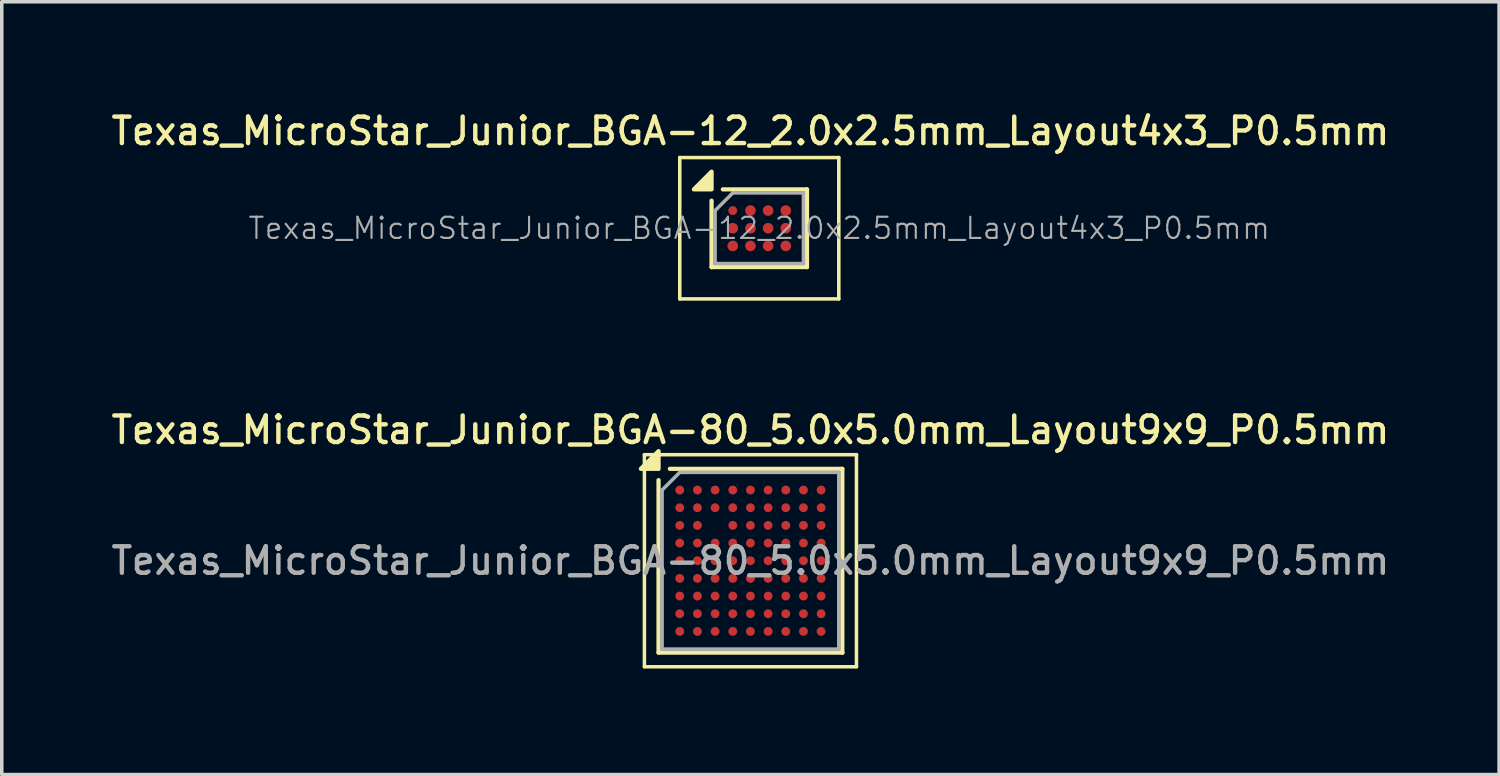
<source format=kicad_pcb>
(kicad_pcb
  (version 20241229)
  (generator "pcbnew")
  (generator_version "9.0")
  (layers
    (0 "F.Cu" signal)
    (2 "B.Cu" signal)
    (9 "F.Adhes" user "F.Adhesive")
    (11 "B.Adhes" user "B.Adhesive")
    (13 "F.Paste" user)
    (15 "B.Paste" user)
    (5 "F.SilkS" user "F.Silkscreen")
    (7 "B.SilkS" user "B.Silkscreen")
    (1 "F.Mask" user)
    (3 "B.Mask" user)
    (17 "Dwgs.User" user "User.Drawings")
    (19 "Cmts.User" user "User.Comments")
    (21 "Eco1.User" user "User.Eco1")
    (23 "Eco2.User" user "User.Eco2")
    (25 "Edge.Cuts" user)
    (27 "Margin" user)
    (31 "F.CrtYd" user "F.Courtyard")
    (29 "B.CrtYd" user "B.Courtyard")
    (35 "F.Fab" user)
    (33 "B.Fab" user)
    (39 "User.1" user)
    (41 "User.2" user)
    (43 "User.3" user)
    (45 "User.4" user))
  (footprint "Texas_MicroStar_Junior_BGA-80_5.0x5.0mm_Layout9x9_P0.5mm"
    (layer "F.Cu")
    (at 18.184 12.816)
    (property "Reference" "Texas_MicroStar_Junior_BGA-80_5.0x5.0mm_Layout9x9_P0.5mm" (at 0 -3.7 0) (layer "F.SilkS") (effects (font (size 0.75 0.75) (thickness 0.125))))
    (attr smd)
    (fp_line (start -3 -3) (end 3 -3) (stroke (width 0.1) (type solid)) (layer "F.SilkS"))
    (fp_line (start -3 3) (end -3 -3) (stroke (width 0.1) (type solid)) (layer "F.SilkS"))
    (fp_line (start -2.6 2.6) (end -2.6 -2.28) (stroke (width 0.12) (type solid)) (layer "F.SilkS"))
    (fp_line (start -2.28 -2.6) (end 2.6 -2.6) (stroke (width 0.12) (type solid)) (layer "F.SilkS"))
    (fp_line (start 2.6 -2.6) (end 2.6 2.6) (stroke (width 0.12) (type solid)) (layer "F.SilkS"))
    (fp_line (start 2.6 2.6) (end -2.6 2.6) (stroke (width 0.12) (type solid)) (layer "F.SilkS"))
    (fp_line (start 2.6 2.6) (end 2.6 2.6) (stroke (width 0.12) (type solid)) (layer "F.SilkS"))
    (fp_line (start 3 -3) (end 3 3) (stroke (width 0.1) (type solid)) (layer "F.SilkS"))
    (fp_line (start 3 3) (end -3 3) (stroke (width 0.1) (type solid)) (layer "F.SilkS"))
    (fp_poly (pts (xy -2.6 -2.6) (xy -3.1 -2.6) (xy -2.6 -3.1) (xy -2.6 -2.6)) (stroke (width 0.12) (type solid)) (fill yes) (layer "F.SilkS"))
    (fp_line (start -2.5 2.5) (end -2.5 -2) (stroke (width 0.1) (type solid)) (layer "F.Fab"))
    (fp_line (start -2 -2.5) (end -2.5 -2) (stroke (width 0.1) (type solid)) (layer "F.Fab"))
    (fp_line (start -2 -2.5) (end 2.5 -2.5) (stroke (width 0.1) (type solid)) (layer "F.Fab"))
    (fp_line (start 2.5 -2.5) (end 2.5 2.5) (stroke (width 0.1) (type solid)) (layer "F.Fab"))
    (fp_line (start 2.5 2.5) (end -2.5 2.5) (stroke (width 0.1) (type solid)) (layer "F.Fab"))
    (fp_text user "${REFERENCE}" (at 0 0 0) (layer "F.Fab") (effects (font (size 0.75 0.75) (thickness 0.125))))
    (pad "A1" smd circle (at -2 -2) (size 0.25 0.25) (property pad_prop_bga) (layers "F.Cu" "F.Mask" "F.Paste"))
    (pad "A2" smd circle (at -1.5 -2) (size 0.25 0.25) (property pad_prop_bga) (layers "F.Cu" "F.Mask" "F.Paste"))
    (pad "A3" smd circle (at -1 -2) (size 0.25 0.25) (property pad_prop_bga) (layers "F.Cu" "F.Mask" "F.Paste"))
    (pad "A4" smd circle (at -0.5 -2) (size 0.25 0.25) (property pad_prop_bga) (layers "F.Cu" "F.Mask" "F.Paste"))
    (pad "A5" smd circle (at 0 -2) (size 0.25 0.25) (property pad_prop_bga) (layers "F.Cu" "F.Mask" "F.Paste"))
    (pad "A6" smd circle (at 0.5 -2) (size 0.25 0.25) (property pad_prop_bga) (layers "F.Cu" "F.Mask" "F.Paste"))
    (pad "A7" smd circle (at 1 -2) (size 0.25 0.25) (property pad_prop_bga) (layers "F.Cu" "F.Mask" "F.Paste"))
    (pad "A8" smd circle (at 1.5 -2) (size 0.25 0.25) (property pad_prop_bga) (layers "F.Cu" "F.Mask" "F.Paste"))
    (pad "A9" smd circle (at 2 -2) (size 0.25 0.25) (property pad_prop_bga) (layers "F.Cu" "F.Mask" "F.Paste"))
    (pad "B1" smd circle (at -2 -1.5) (size 0.25 0.25) (property pad_prop_bga) (layers "F.Cu" "F.Mask" "F.Paste"))
    (pad "B2" smd circle (at -1.5 -1.5) (size 0.25 0.25) (property pad_prop_bga) (layers "F.Cu" "F.Mask" "F.Paste"))
    (pad "B3" smd circle (at -1 -1.5) (size 0.25 0.25) (property pad_prop_bga) (layers "F.Cu" "F.Mask" "F.Paste"))
    (pad "B4" smd circle (at -0.5 -1.5) (size 0.25 0.25) (property pad_prop_bga) (layers "F.Cu" "F.Mask" "F.Paste"))
    (pad "B5" smd circle (at 0 -1.5) (size 0.25 0.25) (property pad_prop_bga) (layers "F.Cu" "F.Mask" "F.Paste"))
    (pad "B6" smd circle (at 0.5 -1.5) (size 0.25 0.25) (property pad_prop_bga) (layers "F.Cu" "F.Mask" "F.Paste"))
    (pad "B7" smd circle (at 1 -1.5) (size 0.25 0.25) (property pad_prop_bga) (layers "F.Cu" "F.Mask" "F.Paste"))
    (pad "B8" smd circle (at 1.5 -1.5) (size 0.25 0.25) (property pad_prop_bga) (layers "F.Cu" "F.Mask" "F.Paste"))
    (pad "B9" smd circle (at 2 -1.5) (size 0.25 0.25) (property pad_prop_bga) (layers "F.Cu" "F.Mask" "F.Paste"))
    (pad "C1" smd circle (at -2 -1) (size 0.25 0.25) (property pad_prop_bga) (layers "F.Cu" "F.Mask" "F.Paste"))
    (pad "C2" smd circle (at -1.5 -1) (size 0.25 0.25) (property pad_prop_bga) (layers "F.Cu" "F.Mask" "F.Paste"))
    (pad "C4" smd circle (at -0.5 -1) (size 0.25 0.25) (property pad_prop_bga) (layers "F.Cu" "F.Mask" "F.Paste"))
    (pad "C5" smd circle (at 0 -1) (size 0.25 0.25) (property pad_prop_bga) (layers "F.Cu" "F.Mask" "F.Paste"))
    (pad "C6" smd circle (at 0.5 -1) (size 0.25 0.25) (property pad_prop_bga) (layers "F.Cu" "F.Mask" "F.Paste"))
    (pad "C7" smd circle (at 1 -1) (size 0.25 0.25) (property pad_prop_bga) (layers "F.Cu" "F.Mask" "F.Paste"))
    (pad "C8" smd circle (at 1.5 -1) (size 0.25 0.25) (property pad_prop_bga) (layers "F.Cu" "F.Mask" "F.Paste"))
    (pad "C9" smd circle (at 2 -1) (size 0.25 0.25) (property pad_prop_bga) (layers "F.Cu" "F.Mask" "F.Paste"))
    (pad "D1" smd circle (at -2 -0.5) (size 0.25 0.25) (property pad_prop_bga) (layers "F.Cu" "F.Mask" "F.Paste"))
    (pad "D2" smd circle (at -1.5 -0.5) (size 0.25 0.25) (property pad_prop_bga) (layers "F.Cu" "F.Mask" "F.Paste"))
    (pad "D3" smd circle (at -1 -0.5) (size 0.25 0.25) (property pad_prop_bga) (layers "F.Cu" "F.Mask" "F.Paste"))
    (pad "D4" smd circle (at -0.5 -0.5) (size 0.25 0.25) (property pad_prop_bga) (layers "F.Cu" "F.Mask" "F.Paste"))
    (pad "D5" smd circle (at 0 -0.5) (size 0.25 0.25) (property pad_prop_bga) (layers "F.Cu" "F.Mask" "F.Paste"))
    (pad "D6" smd circle (at 0.5 -0.5) (size 0.25 0.25) (property pad_prop_bga) (layers "F.Cu" "F.Mask" "F.Paste"))
    (pad "D7" smd circle (at 1 -0.5) (size 0.25 0.25) (property pad_prop_bga) (layers "F.Cu" "F.Mask" "F.Paste"))
    (pad "D8" smd circle (at 1.5 -0.5) (size 0.25 0.25) (property pad_prop_bga) (layers "F.Cu" "F.Mask" "F.Paste"))
    (pad "D9" smd circle (at 2 -0.5) (size 0.25 0.25) (property pad_prop_bga) (layers "F.Cu" "F.Mask" "F.Paste"))
    (pad "E1" smd circle (at -2 0) (size 0.25 0.25) (property pad_prop_bga) (layers "F.Cu" "F.Mask" "F.Paste"))
    (pad "E2" smd circle (at -1.5 0) (size 0.25 0.25) (property pad_prop_bga) (layers "F.Cu" "F.Mask" "F.Paste"))
    (pad "E3" smd circle (at -1 0) (size 0.25 0.25) (property pad_prop_bga) (layers "F.Cu" "F.Mask" "F.Paste"))
    (pad "E4" smd circle (at -0.5 0) (size 0.25 0.25) (property pad_prop_bga) (layers "F.Cu" "F.Mask" "F.Paste"))
    (pad "E5" smd circle (at 0 0) (size 0.25 0.25) (property pad_prop_bga) (layers "F.Cu" "F.Mask" "F.Paste"))
    (pad "E6" smd circle (at 0.5 0) (size 0.25 0.25) (property pad_prop_bga) (layers "F.Cu" "F.Mask" "F.Paste"))
    (pad "E7" smd circle (at 1 0) (size 0.25 0.25) (property pad_prop_bga) (layers "F.Cu" "F.Mask" "F.Paste"))
    (pad "E8" smd circle (at 1.5 0) (size 0.25 0.25) (property pad_prop_bga) (layers "F.Cu" "F.Mask" "F.Paste"))
    (pad "E9" smd circle (at 2 0) (size 0.25 0.25) (property pad_prop_bga) (layers "F.Cu" "F.Mask" "F.Paste"))
    (pad "F1" smd circle (at -2 0.5) (size 0.25 0.25) (property pad_prop_bga) (layers "F.Cu" "F.Mask" "F.Paste"))
    (pad "F2" smd circle (at -1.5 0.5) (size 0.25 0.25) (property pad_prop_bga) (layers "F.Cu" "F.Mask" "F.Paste"))
    (pad "F3" smd circle (at -1 0.5) (size 0.25 0.25) (property pad_prop_bga) (layers "F.Cu" "F.Mask" "F.Paste"))
    (pad "F4" smd circle (at -0.5 0.5) (size 0.25 0.25) (property pad_prop_bga) (layers "F.Cu" "F.Mask" "F.Paste"))
    (pad "F5" smd circle (at 0 0.5) (size 0.25 0.25) (property pad_prop_bga) (layers "F.Cu" "F.Mask" "F.Paste"))
    (pad "F6" smd circle (at 0.5 0.5) (size 0.25 0.25) (property pad_prop_bga) (layers "F.Cu" "F.Mask" "F.Paste"))
    (pad "F7" smd circle (at 1 0.5) (size 0.25 0.25) (property pad_prop_bga) (layers "F.Cu" "F.Mask" "F.Paste"))
    (pad "F8" smd circle (at 1.5 0.5) (size 0.25 0.25) (property pad_prop_bga) (layers "F.Cu" "F.Mask" "F.Paste"))
    (pad "F9" smd circle (at 2 0.5) (size 0.25 0.25) (property pad_prop_bga) (layers "F.Cu" "F.Mask" "F.Paste"))
    (pad "G1" smd circle (at -2 1) (size 0.25 0.25) (property pad_prop_bga) (layers "F.Cu" "F.Mask" "F.Paste"))
    (pad "G2" smd circle (at -1.5 1) (size 0.25 0.25) (property pad_prop_bga) (layers "F.Cu" "F.Mask" "F.Paste"))
    (pad "G3" smd circle (at -1 1) (size 0.25 0.25) (property pad_prop_bga) (layers "F.Cu" "F.Mask" "F.Paste"))
    (pad "G4" smd circle (at -0.5 1) (size 0.25 0.25) (property pad_prop_bga) (layers "F.Cu" "F.Mask" "F.Paste"))
    (pad "G5" smd circle (at 0 1) (size 0.25 0.25) (property pad_prop_bga) (layers "F.Cu" "F.Mask" "F.Paste"))
    (pad "G6" smd circle (at 0.5 1) (size 0.25 0.25) (property pad_prop_bga) (layers "F.Cu" "F.Mask" "F.Paste"))
    (pad "G7" smd circle (at 1 1) (size 0.25 0.25) (property pad_prop_bga) (layers "F.Cu" "F.Mask" "F.Paste"))
    (pad "G8" smd circle (at 1.5 1) (size 0.25 0.25) (property pad_prop_bga) (layers "F.Cu" "F.Mask" "F.Paste"))
    (pad "G9" smd circle (at 2 1) (size 0.25 0.25) (property pad_prop_bga) (layers "F.Cu" "F.Mask" "F.Paste"))
    (pad "H1" smd circle (at -2 1.5) (size 0.25 0.25) (property pad_prop_bga) (layers "F.Cu" "F.Mask" "F.Paste"))
    (pad "H2" smd circle (at -1.5 1.5) (size 0.25 0.25) (property pad_prop_bga) (layers "F.Cu" "F.Mask" "F.Paste"))
    (pad "H3" smd circle (at -1 1.5) (size 0.25 0.25) (property pad_prop_bga) (layers "F.Cu" "F.Mask" "F.Paste"))
    (pad "H4" smd circle (at -0.5 1.5) (size 0.25 0.25) (property pad_prop_bga) (layers "F.Cu" "F.Mask" "F.Paste"))
    (pad "H5" smd circle (at 0 1.5) (size 0.25 0.25) (property pad_prop_bga) (layers "F.Cu" "F.Mask" "F.Paste"))
    (pad "H6" smd circle (at 0.5 1.5) (size 0.25 0.25) (property pad_prop_bga) (layers "F.Cu" "F.Mask" "F.Paste"))
    (pad "H7" smd circle (at 1 1.5) (size 0.25 0.25) (property pad_prop_bga) (layers "F.Cu" "F.Mask" "F.Paste"))
    (pad "H8" smd circle (at 1.5 1.5) (size 0.25 0.25) (property pad_prop_bga) (layers "F.Cu" "F.Mask" "F.Paste"))
    (pad "H9" smd circle (at 2 1.5) (size 0.25 0.25) (property pad_prop_bga) (layers "F.Cu" "F.Mask" "F.Paste"))
    (pad "J1" smd circle (at -2 2) (size 0.25 0.25) (property pad_prop_bga) (layers "F.Cu" "F.Mask" "F.Paste"))
    (pad "J2" smd circle (at -1.5 2) (size 0.25 0.25) (property pad_prop_bga) (layers "F.Cu" "F.Mask" "F.Paste"))
    (pad "J3" smd circle (at -1 2) (size 0.25 0.25) (property pad_prop_bga) (layers "F.Cu" "F.Mask" "F.Paste"))
    (pad "J4" smd circle (at -0.5 2) (size 0.25 0.25) (property pad_prop_bga) (layers "F.Cu" "F.Mask" "F.Paste"))
    (pad "J5" smd circle (at 0 2) (size 0.25 0.25) (property pad_prop_bga) (layers "F.Cu" "F.Mask" "F.Paste"))
    (pad "J6" smd circle (at 0.5 2) (size 0.25 0.25) (property pad_prop_bga) (layers "F.Cu" "F.Mask" "F.Paste"))
    (pad "J7" smd circle (at 1 2) (size 0.25 0.25) (property pad_prop_bga) (layers "F.Cu" "F.Mask" "F.Paste"))
    (pad "J8" smd circle (at 1.5 2) (size 0.25 0.25) (property pad_prop_bga) (layers "F.Cu" "F.Mask" "F.Paste"))
    (pad "J9" smd circle (at 2 2) (size 0.25 0.25) (property pad_prop_bga) (layers "F.Cu" "F.Mask" "F.Paste")))
  (footprint "Texas_MicroStar_Junior_BGA-12_2.0x2.5mm_Layout4x3_P0.5mm"
    (layer "F.Cu")
    (at 18.434 3.408)
    (property "Reference" "Texas_MicroStar_Junior_BGA-12_2.0x2.5mm_Layout4x3_P0.5mm" (at -0.25 -2.75 0) (layer "F.SilkS") (effects (font (size 0.75 0.75) (thickness 0.125))))
    (attr smd)
    (fp_line (start -2.25 -2) (end 2.25 -2) (stroke (width 0.1) (type solid)) (layer "F.SilkS"))
    (fp_line (start -2.25 2) (end -2.25 -2) (stroke (width 0.1) (type solid)) (layer "F.SilkS"))
    (fp_line (start -1.35 1.1) (end -1.35 -0.78) (stroke (width 0.12) (type solid)) (layer "F.SilkS"))
    (fp_line (start -1.35 1.1) (end 1.35 1.1) (stroke (width 0.12) (type solid)) (layer "F.SilkS"))
    (fp_line (start -1.03 -1.1) (end 1.35 -1.1) (stroke (width 0.12) (type solid)) (layer "F.SilkS"))
    (fp_line (start 1.35 -1.1) (end 1.35 1.1) (stroke (width 0.12) (type solid)) (layer "F.SilkS"))
    (fp_line (start 2.25 -2) (end 2.25 2) (stroke (width 0.1) (type solid)) (layer "F.SilkS"))
    (fp_line (start 2.25 2) (end -2.25 2) (stroke (width 0.1) (type solid)) (layer "F.SilkS"))
    (fp_poly (pts (xy -1.35 -1.1) (xy -1.85 -1.1) (xy -1.35 -1.6) (xy -1.35 -1.1)) (stroke (width 0.12) (type solid)) (fill yes) (layer "F.SilkS"))
    (fp_line (start -1.25 1) (end -1.25 -0.5) (stroke (width 0.1) (type solid)) (layer "F.Fab"))
    (fp_line (start -0.75 -1) (end -1.25 -0.5) (stroke (width 0.1) (type solid)) (layer "F.Fab"))
    (fp_line (start -0.75 -1) (end 1.25 -1) (stroke (width 0.1) (type solid)) (layer "F.Fab"))
    (fp_line (start 1.25 -1) (end 1.25 1) (stroke (width 0.1) (type solid)) (layer "F.Fab"))
    (fp_line (start 1.25 1) (end -1.25 1) (stroke (width 0.1) (type solid)) (layer "F.Fab"))
    (fp_text user "${REFERENCE}" (at 0 0 0) (layer "F.Fab") (effects (font (size 0.6 0.6) (thickness 0.06))))
    (pad "A1" smd circle (at -0.75 -0.5) (size 0.25 0.25) (property pad_prop_bga) (layers "F.Cu" "F.Mask" "F.Paste"))
    (pad "A2" smd circle (at -0.25 -0.5) (size 0.3 0.3) (property pad_prop_bga) (layers "F.Cu" "F.Mask" "F.Paste"))
    (pad "A3" smd circle (at 0.25 -0.5) (size 0.3 0.3) (property pad_prop_bga) (layers "F.Cu" "F.Mask" "F.Paste"))
    (pad "A4" smd circle (at 0.75 -0.5) (size 0.3 0.3) (property pad_prop_bga) (layers "F.Cu" "F.Mask" "F.Paste"))
    (pad "B1" smd circle (at -0.75 0) (size 0.3 0.3) (property pad_prop_bga) (layers "F.Cu" "F.Mask" "F.Paste"))
    (pad "B2" smd circle (at -0.25 0) (size 0.3 0.3) (property pad_prop_bga) (layers "F.Cu" "F.Mask" "F.Paste"))
    (pad "B3" smd circle (at 0.25 0) (size 0.3 0.3) (property pad_prop_bga) (layers "F.Cu" "F.Mask" "F.Paste"))
    (pad "B4" smd circle (at 0.75 0) (size 0.3 0.3) (property pad_prop_bga) (layers "F.Cu" "F.Mask" "F.Paste"))
    (pad "C1" smd circle (at -0.75 0.5) (size 0.3 0.3) (property pad_prop_bga) (layers "F.Cu" "F.Mask" "F.Paste"))
    (pad "C2" smd circle (at -0.25 0.5) (size 0.3 0.3) (property pad_prop_bga) (layers "F.Cu" "F.Mask" "F.Paste"))
    (pad "C3" smd circle (at 0.25 0.5) (size 0.3 0.3) (property pad_prop_bga) (layers "F.Cu" "F.Mask" "F.Paste"))
    (pad "C4" smd circle (at 0.75 0.5) (size 0.3 0.3) (property pad_prop_bga) (layers "F.Cu" "F.Mask" "F.Paste")))
  (gr_rect
    (start -3 -3)
    (end 39.368 18.866)
    (stroke (width 0.1) (type default))
    (fill no)
    (layer "Edge.Cuts")))
</source>
